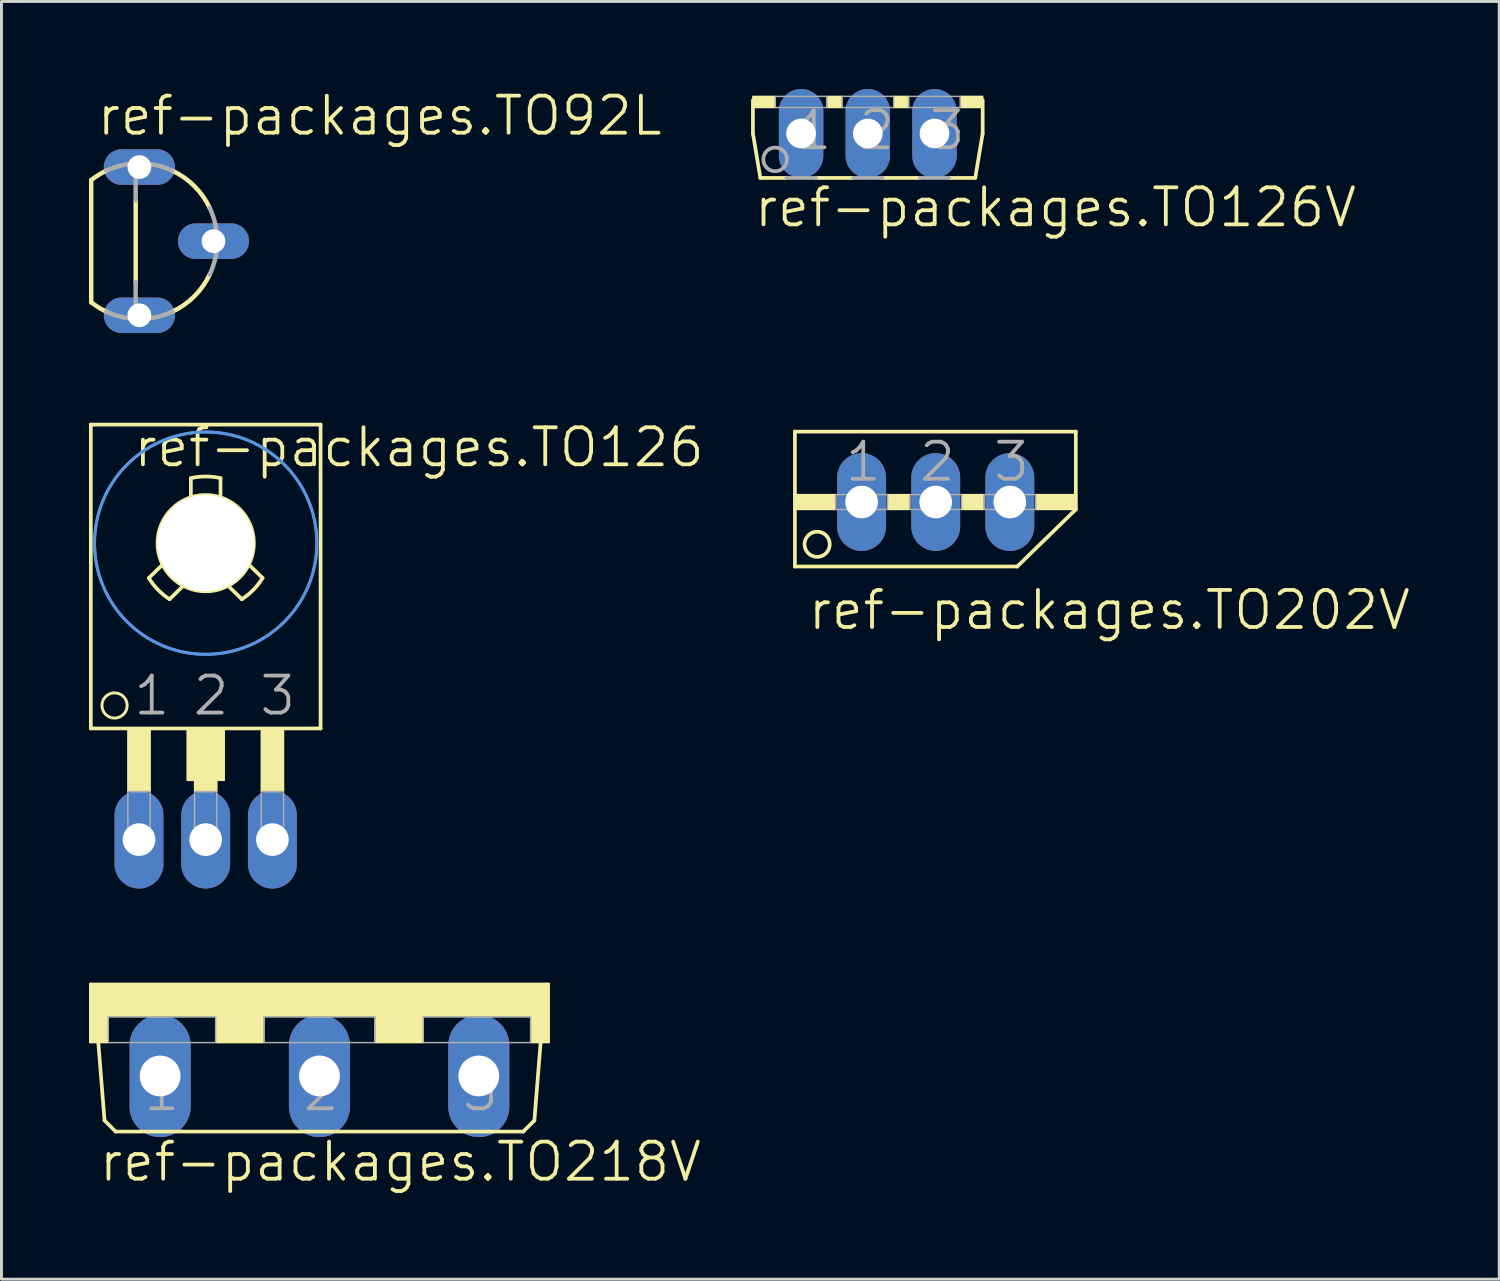
<source format=kicad_pcb>
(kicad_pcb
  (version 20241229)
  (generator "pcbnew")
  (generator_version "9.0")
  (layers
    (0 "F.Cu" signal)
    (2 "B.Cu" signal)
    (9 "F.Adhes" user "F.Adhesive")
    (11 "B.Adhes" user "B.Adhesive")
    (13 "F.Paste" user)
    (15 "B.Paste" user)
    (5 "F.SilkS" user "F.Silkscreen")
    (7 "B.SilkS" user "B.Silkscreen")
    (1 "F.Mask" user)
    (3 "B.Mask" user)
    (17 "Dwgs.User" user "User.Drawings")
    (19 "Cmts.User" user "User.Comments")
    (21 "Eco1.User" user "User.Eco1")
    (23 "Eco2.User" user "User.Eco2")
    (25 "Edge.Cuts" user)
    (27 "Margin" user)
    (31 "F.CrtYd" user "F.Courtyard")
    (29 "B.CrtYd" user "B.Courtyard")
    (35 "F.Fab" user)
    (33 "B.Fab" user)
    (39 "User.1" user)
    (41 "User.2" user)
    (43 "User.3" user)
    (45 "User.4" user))
  (footprint "ref-packages.TO126V"
    (layer "F.Cu")
    (at 26.692 0.254)
    (property "Reference" "ref-packages.TO126V" (at -3.962 4.547 0) (layer "F.SilkS") (effects (font (size 1.27 1.27) (thickness 0.13)) (justify left bottom)))
    (attr through_hole)
    (fp_line (start -3.937 0.127) (end -3.937 1.27) (stroke (width 0.127) (type default)) (layer "F.SilkS"))
    (fp_line (start -3.937 1.27) (end -3.683 2.794) (stroke (width 0.127) (type default)) (layer "F.SilkS"))
    (fp_line (start -3.683 2.794) (end -2.794 2.794) (stroke (width 0.127) (type default)) (layer "F.SilkS"))
    (fp_line (start -1.778 2.794) (end -0.508 2.794) (stroke (width 0.127) (type default)) (layer "F.SilkS"))
    (fp_line (start 0.508 2.794) (end 1.778 2.794) (stroke (width 0.127) (type default)) (layer "F.SilkS"))
    (fp_line (start 2.794 2.794) (end 3.683 2.794) (stroke (width 0.127) (type default)) (layer "F.SilkS"))
    (fp_line (start 3.683 2.794) (end 3.937 1.27) (stroke (width 0.127) (type default)) (layer "F.SilkS"))
    (fp_line (start 3.937 1.27) (end 3.937 0.127) (stroke (width 0.127) (type default)) (layer "F.SilkS"))
    (fp_rect (start -3.937 0.381) (end -3.175 0) (stroke (width 0.05) (type default)) (fill yes) (layer "F.SilkS"))
    (fp_rect (start -1.397 0.381) (end -0.889 0) (stroke (width 0.05) (type default)) (fill yes) (layer "F.SilkS"))
    (fp_rect (start 0.889 0.381) (end 1.397 0) (stroke (width 0.05) (type default)) (fill yes) (layer "F.SilkS"))
    (fp_rect (start 3.175 0.381) (end 3.937 0) (stroke (width 0.05) (type default)) (fill yes) (layer "F.SilkS"))
    (fp_line (start -2.794 2.794) (end -1.778 2.794) (stroke (width 0.127) (type default)) (layer "F.Fab"))
    (fp_line (start -0.508 2.794) (end 0.508 2.794) (stroke (width 0.127) (type default)) (layer "F.Fab"))
    (fp_line (start 1.778 2.794) (end 2.794 2.794) (stroke (width 0.127) (type default)) (layer "F.Fab"))
    (fp_rect (start -3.175 0.381) (end -1.397 0) (stroke (width 0.05) (type default)) (fill no) (layer "F.Fab"))
    (fp_rect (start -0.889 0.381) (end 0.889 0) (stroke (width 0.05) (type default)) (fill no) (layer "F.Fab"))
    (fp_rect (start 1.397 0.381) (end 3.175 0) (stroke (width 0.05) (type default)) (fill no) (layer "F.Fab"))
    (fp_circle (center -3.175 2.159) (end -2.769 2.159) (stroke (width 0.127) (type default)) (fill no) (layer "F.Fab"))
    (fp_text user "1" (at -2.54 1.905 0) (layer "F.Fab") (effects (font (size 1.27 1.27) (thickness 0.13)) (justify left bottom)))
    (fp_text user "2" (at -0.381 1.905 0) (layer "F.Fab") (effects (font (size 1.27 1.27) (thickness 0.13)) (justify left bottom)))
    (fp_text user "3" (at 2.032 1.905 0) (layer "F.Fab") (effects (font (size 1.27 1.27) (thickness 0.13)) (justify left bottom)))
    (pad "1" thru_hole oval (at -2.286 1.27 90) (size 3.048 1.524) (drill 1.016) (layers "*.Cu" "*.Mask"))
    (pad "2" thru_hole oval (at 0 1.27 90) (size 3.048 1.524) (drill 1.016) (layers "*.Cu" "*.Mask"))
    (pad "3" thru_hole oval (at 2.286 1.27 90) (size 3.048 1.524) (drill 1.016) (layers "*.Cu" "*.Mask")))
  (footprint "ref-packages.TO126"
    (layer "F.Cu")
    (at 4 20.646)
    (property "Reference" "ref-packages.TO126" (at -2.54 -7.62 0) (layer "F.SilkS") (effects (font (size 1.27 1.27) (thickness 0.13)) (justify left bottom)))
    (attr through_hole)
    (fp_line (start -3.937 -9.144) (end 3.937 -9.144) (stroke (width 0.127) (type default)) (layer "F.SilkS"))
    (fp_line (start -3.937 1.27) (end -3.937 -9.144) (stroke (width 0.127) (type default)) (layer "F.SilkS"))
    (fp_line (start -3.937 1.27) (end 3.937 1.27) (stroke (width 0.127) (type default)) (layer "F.SilkS"))
    (fp_line (start -1.479 -4.346) (end -1.949 -3.886) (stroke (width 0.127) (type default)) (layer "F.SilkS"))
    (fp_line (start -0.769 -3.619) (end -1.239 -3.159) (stroke (width 0.127) (type default)) (layer "F.SilkS"))
    (fp_line (start -0.508 -6.651) (end -0.508 -7.309) (stroke (width 0.127) (type default)) (layer "F.SilkS"))
    (fp_line (start 0.508 -6.651) (end 0.508 -7.309) (stroke (width 0.127) (type default)) (layer "F.SilkS"))
    (fp_line (start 0.769 -3.619) (end 1.239 -3.159) (stroke (width 0.127) (type default)) (layer "F.SilkS"))
    (fp_line (start 1.479 -4.346) (end 1.949 -3.886) (stroke (width 0.127) (type default)) (layer "F.SilkS"))
    (fp_line (start 3.937 -9.144) (end 3.937 1.27) (stroke (width 0.127) (type default)) (layer "F.SilkS"))
    (fp_rect (start -2.667 3.429) (end -1.905 1.27) (stroke (width 0.05) (type default)) (fill yes) (layer "F.SilkS"))
    (fp_rect (start -0.635 3.048) (end 0.635 1.27) (stroke (width 0.05) (type default)) (fill yes) (layer "F.SilkS"))
    (fp_rect (start -0.381 3.429) (end 0.381 1.27) (stroke (width 0.05) (type default)) (fill yes) (layer "F.SilkS"))
    (fp_rect (start 1.905 3.429) (end 2.667 1.27) (stroke (width 0.05) (type default)) (fill yes) (layer "F.SilkS"))
    (fp_arc (start -1.2393 -3.1591) (mid -1.635181 -3.482509) (end -1.9493 -3.8858) (stroke (width 0.127) (type default)) (layer "F.SilkS"))
    (fp_arc (start -0.508 -7.3088) (mid 0 -7.36596) (end 0.508 -7.3088) (stroke (width 0.127) (type default)) (layer "F.SilkS"))
    (fp_arc (start 1.9493 -3.8858) (mid 1.635181 -3.482509) (end 1.2393 -3.1591) (stroke (width 0.127) (type default)) (layer "F.SilkS"))
    (fp_circle (center -3.124 0.483) (end -2.692 0.483) (stroke (width 0.1) (type default)) (fill no) (layer "F.SilkS"))
    (fp_circle (center 0 -5.08) (end 1.651 -5.08) (stroke (width 0.127) (type default)) (fill no) (layer "F.SilkS"))
    (fp_circle (center 0 -5.08) (end 3.81 -5.08) (stroke (width 0.1) (type default)) (fill no) (layer "Cmts.User"))
    (fp_circle (center 0 -5.08) (end 3.81 -5.08) (stroke (width 0.1) (type default)) (fill no) (layer "Cmts.User"))
    (fp_rect (start -2.667 5.207) (end -1.905 3.429) (stroke (width 0.05) (type default)) (fill no) (layer "F.Fab"))
    (fp_rect (start -0.381 5.207) (end 0.381 3.429) (stroke (width 0.05) (type default)) (fill no) (layer "F.Fab"))
    (fp_rect (start 1.905 5.207) (end 2.667 3.429) (stroke (width 0.05) (type default)) (fill no) (layer "F.Fab"))
    (fp_text user "2" (at -0.508 0.889 0) (layer "F.Fab") (effects (font (size 1.27 1.27) (thickness 0.13)) (justify left bottom)))
    (fp_text user "1" (at -2.54 0.889 0) (layer "F.Fab") (effects (font (size 1.27 1.27) (thickness 0.13)) (justify left bottom)))
    (fp_text user "3" (at 1.778 0.889 0) (layer "F.Fab") (effects (font (size 1.27 1.27) (thickness 0.13)) (justify left bottom)))
    (pad "" np_thru_hole circle (at 0 -5.08) (size 3.302 3.302) (drill 3.302) (layers "*.Cu" "*.Mask"))
    (pad "1" thru_hole oval (at -2.286 5.08 90) (size 3.353 1.676) (drill 1.118) (layers "*.Cu" "*.Mask"))
    (pad "2" thru_hole oval (at 0 5.08 90) (size 3.353 1.676) (drill 1.118) (layers "*.Cu" "*.Mask"))
    (pad "3" thru_hole oval (at 2.286 5.08 90) (size 3.353 1.676) (drill 1.118) (layers "*.Cu" "*.Mask")))
  (footprint "ref-packages.TO202V"
    (layer "F.Cu")
    (at 29.02 11.616)
    (property "Reference" "ref-packages.TO202V" (at -4.445 6.985 0) (layer "F.SilkS") (effects (font (size 1.27 1.27) (thickness 0.13)) (justify left bottom)))
    (attr through_hole)
    (fp_line (start -4.826 0.127) (end 4.801 0.127) (stroke (width 0.127) (type default)) (layer "F.SilkS"))
    (fp_line (start -4.826 4.75) (end -4.826 0.127) (stroke (width 0.127) (type default)) (layer "F.SilkS"))
    (fp_line (start -4.826 4.75) (end 2.794 4.75) (stroke (width 0.127) (type default)) (layer "F.SilkS"))
    (fp_line (start 2.794 4.75) (end 4.801 2.794) (stroke (width 0.127) (type default)) (layer "F.SilkS"))
    (fp_line (start 4.801 0.127) (end 4.801 2.794) (stroke (width 0.127) (type default)) (layer "F.SilkS"))
    (fp_rect (start -4.826 2.794) (end -3.429 2.286) (stroke (width 0.05) (type default)) (fill yes) (layer "F.SilkS"))
    (fp_rect (start -1.651 2.794) (end -0.889 2.286) (stroke (width 0.05) (type default)) (fill yes) (layer "F.SilkS"))
    (fp_rect (start 0.889 2.794) (end 1.651 2.286) (stroke (width 0.05) (type default)) (fill yes) (layer "F.SilkS"))
    (fp_rect (start 3.429 2.794) (end 4.826 2.286) (stroke (width 0.05) (type default)) (fill yes) (layer "F.SilkS"))
    (fp_circle (center -4.064 3.988) (end -3.632 3.988) (stroke (width 0.127) (type default)) (fill no) (layer "F.SilkS"))
    (fp_rect (start -3.429 2.794) (end -1.651 2.286) (stroke (width 0.05) (type default)) (fill no) (layer "F.Fab"))
    (fp_rect (start -0.889 2.794) (end 0.889 2.286) (stroke (width 0.05) (type default)) (fill no) (layer "F.Fab"))
    (fp_rect (start 1.651 2.794) (end 3.429 2.286) (stroke (width 0.05) (type default)) (fill no) (layer "F.Fab"))
    (fp_text user "1" (at -3.175 1.905 0) (layer "F.Fab") (effects (font (size 1.27 1.27) (thickness 0.13)) (justify left bottom)))
    (fp_text user "3" (at 1.905 1.905 0) (layer "F.Fab") (effects (font (size 1.27 1.27) (thickness 0.13)) (justify left bottom)))
    (fp_text user "2" (at -0.635 1.905 0) (layer "F.Fab") (effects (font (size 1.27 1.27) (thickness 0.13)) (justify left bottom)))
    (pad "1" thru_hole oval (at -2.54 2.54 90) (size 3.353 1.676) (drill 1.118) (layers "*.Cu" "*.Mask"))
    (pad "2" thru_hole oval (at 0 2.54 90) (size 3.353 1.676) (drill 1.118) (layers "*.Cu" "*.Mask"))
    (pad "3" thru_hole oval (at 2.54 2.54 90) (size 3.353 1.676) (drill 1.118) (layers "*.Cu" "*.Mask")))
  (footprint "ref-packages.TO218V"
    (layer "F.Cu")
    (at 7.899 30.652)
    (property "Reference" "ref-packages.TO218V" (at -7.62 6.858 0) (layer "F.SilkS") (effects (font (size 1.27 1.27) (thickness 0.13)) (justify left bottom)))
    (attr through_hole)
    (fp_line (start -7.366 4.699) (end -7.62 1.524) (stroke (width 0.127) (type default)) (layer "F.SilkS"))
    (fp_line (start -6.985 5.08) (end -7.366 4.699) (stroke (width 0.127) (type default)) (layer "F.SilkS"))
    (fp_line (start -6.985 5.08) (end 6.985 5.08) (stroke (width 0.127) (type default)) (layer "F.SilkS"))
    (fp_line (start 6.985 5.08) (end 7.366 4.699) (stroke (width 0.127) (type default)) (layer "F.SilkS"))
    (fp_line (start 7.366 4.699) (end 7.62 1.524) (stroke (width 0.127) (type default)) (layer "F.SilkS"))
    (fp_rect (start -7.874 1.143) (end 7.874 0) (stroke (width 0.05) (type default)) (fill yes) (layer "F.SilkS"))
    (fp_rect (start -7.874 2.032) (end -7.239 1.143) (stroke (width 0.05) (type default)) (fill yes) (layer "F.SilkS"))
    (fp_rect (start -3.556 2.032) (end -1.905 1.143) (stroke (width 0.05) (type default)) (fill yes) (layer "F.SilkS"))
    (fp_rect (start 1.905 2.032) (end 3.556 1.143) (stroke (width 0.05) (type default)) (fill yes) (layer "F.SilkS"))
    (fp_rect (start 7.239 2.032) (end 7.874 1.143) (stroke (width 0.05) (type default)) (fill yes) (layer "F.SilkS"))
    (fp_rect (start -7.239 2.032) (end -3.556 1.143) (stroke (width 0.05) (type default)) (fill no) (layer "F.Fab"))
    (fp_rect (start -1.905 2.032) (end 1.905 1.143) (stroke (width 0.05) (type default)) (fill no) (layer "F.Fab"))
    (fp_rect (start 3.556 2.032) (end 7.239 1.143) (stroke (width 0.05) (type default)) (fill no) (layer "F.Fab"))
    (fp_text user "2" (at -0.635 4.445 0) (layer "F.Fab") (effects (font (size 1.27 1.27) (thickness 0.13)) (justify left bottom)))
    (fp_text user "1" (at -6.096 4.445 0) (layer "F.Fab") (effects (font (size 1.27 1.27) (thickness 0.13)) (justify left bottom)))
    (fp_text user "3" (at 4.826 4.445 0) (layer "F.Fab") (effects (font (size 1.27 1.27) (thickness 0.13)) (justify left bottom)))
    (pad "1" thru_hole oval (at -5.461 3.175 90) (size 4.191 2.095) (drill 1.397) (layers "*.Cu" "*.Mask"))
    (pad "2" thru_hole oval (at 0 3.175 90) (size 4.191 2.095) (drill 1.397) (layers "*.Cu" "*.Mask"))
    (pad "3" thru_hole oval (at 5.461 3.175 90) (size 4.191 2.095) (drill 1.397) (layers "*.Cu" "*.Mask")))
  (footprint "ref-packages.TO92L"
    (layer "F.Cu")
    (at 1.727 5.216)
    (property "Reference" "ref-packages.TO92L" (at -1.524 -3.556 0) (layer "F.SilkS") (effects (font (size 1.27 1.27) (thickness 0.13)) (justify left bottom)))
    (attr through_hole)
    (fp_line (start -1.651 -2.095) (end -1.651 2.095) (stroke (width 0.152) (type default)) (layer "F.SilkS"))
    (fp_line (start -0.127 1.404) (end -0.127 -1.404) (stroke (width 0.152) (type default)) (layer "F.SilkS"))
    (fp_arc (start -1.651 -2.095) (mid -1.40252 -2.268918) (end -1.1359 -2.4135) (stroke (width 0.1524) (type default)) (layer "F.SilkS"))
    (fp_arc (start -1.1118 2.4247) (mid -1.391201 2.275878) (end -1.651 2.095) (stroke (width 0.1524) (type default)) (layer "F.SilkS"))
    (fp_arc (start 1.1359 -2.413) (mid 1.885847 -1.885847) (end 2.413 -1.1359) (stroke (width 0.1524) (type default)) (layer "F.SilkS"))
    (fp_arc (start 2.413 1.1359) (mid 1.885847 1.885847) (end 1.1359 2.413) (stroke (width 0.1524) (type default)) (layer "F.SilkS"))
    (fp_line (start -0.127 -1.404) (end -0.127 -2.664) (stroke (width 0.152) (type default)) (layer "F.Fab"))
    (fp_line (start -0.127 2.664) (end -0.127 1.404) (stroke (width 0.152) (type default)) (layer "F.Fab"))
    (fp_arc (start -1.1359 -2.413) (mid -0.643799 -2.588137) (end -0.127 -2.664) (stroke (width 0.1524) (type default)) (layer "F.Fab"))
    (fp_arc (start -0.127 -2.664) (mid 0.519825 -2.615858) (end 1.1359 -2.413) (stroke (width 0.1524) (type default)) (layer "F.Fab"))
    (fp_arc (start -0.127 2.664) (mid -0.643799 2.588137) (end -1.1359 2.413) (stroke (width 0.1524) (type default)) (layer "F.Fab"))
    (fp_arc (start 1.1359 2.413) (mid 0.519825 2.615858) (end -0.127 2.664) (stroke (width 0.1524) (type default)) (layer "F.Fab"))
    (fp_arc (start 2.413 -1.1359) (mid 2.66699 0) (end 2.413 1.1359) (stroke (width 0.1524) (type default)) (layer "F.Fab"))
    (pad "1" thru_hole oval (at 0 2.54) (size 2.438 1.219) (drill 0.813) (layers "*.Cu" "*.Mask"))
    (pad "2" thru_hole oval (at 2.54 0) (size 2.438 1.219) (drill 0.813) (layers "*.Cu" "*.Mask"))
    (pad "3" thru_hole oval (at 0 -2.54) (size 2.438 1.219) (drill 0.813) (layers "*.Cu" "*.Mask")))
  (gr_rect
    (start -3 -3)
    (end 48.333 40.792)
    (stroke (width 0.1) (type default))
    (fill no)
    (layer "Edge.Cuts")))
</source>
